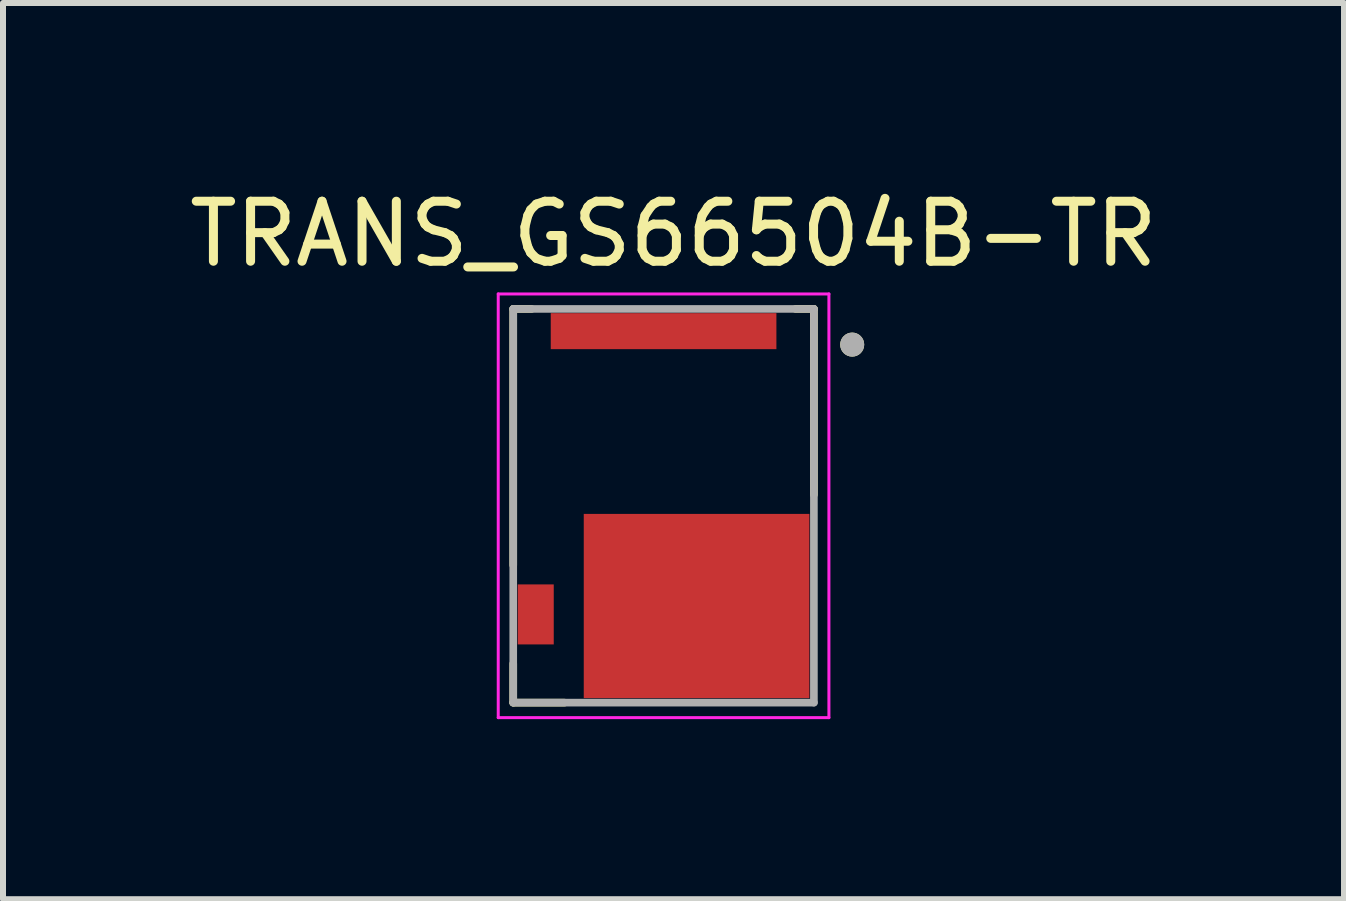
<source format=kicad_pcb>
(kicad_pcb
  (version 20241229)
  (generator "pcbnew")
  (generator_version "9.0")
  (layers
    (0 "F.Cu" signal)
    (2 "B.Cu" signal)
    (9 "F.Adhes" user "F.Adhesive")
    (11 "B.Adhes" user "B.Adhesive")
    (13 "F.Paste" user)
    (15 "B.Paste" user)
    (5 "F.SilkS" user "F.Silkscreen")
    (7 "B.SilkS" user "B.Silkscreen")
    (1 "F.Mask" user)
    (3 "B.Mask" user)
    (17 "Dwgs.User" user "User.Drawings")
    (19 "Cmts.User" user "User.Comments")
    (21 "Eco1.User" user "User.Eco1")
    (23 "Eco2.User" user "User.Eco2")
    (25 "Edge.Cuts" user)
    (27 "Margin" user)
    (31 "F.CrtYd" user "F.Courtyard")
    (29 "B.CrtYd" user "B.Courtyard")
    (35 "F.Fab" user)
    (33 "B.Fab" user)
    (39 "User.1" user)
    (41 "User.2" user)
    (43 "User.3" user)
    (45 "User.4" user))
  (footprint "TRANS_GS66504B-TR"
    (layer "F.Cu")
    (at 8.007 5.378)
    (property "Reference" "TRANS_GS66504B-TR" (at 0.166 -4.53 0) (layer "F.SilkS") (effects (font (size 1 1) (thickness 0.15))))
    (attr smd)
    (fp_line (start -2.505 -3.28) (end -2.2 -3.28) (stroke (width 0.127) (type solid)) (layer "F.SilkS"))
    (fp_line (start -2.505 0.99) (end -2.505 -3.28) (stroke (width 0.127) (type solid)) (layer "F.SilkS"))
    (fp_line (start -2.505 3.28) (end -2.505 2.63) (stroke (width 0.127) (type solid)) (layer "F.SilkS"))
    (fp_line (start -1.65 3.28) (end -2.505 3.28) (stroke (width 0.127) (type solid)) (layer "F.SilkS"))
    (fp_line (start 2.2 -3.28) (end 2.505 -3.28) (stroke (width 0.127) (type solid)) (layer "F.SilkS"))
    (fp_line (start 2.505 -3.28) (end 2.505 -0.185) (stroke (width 0.127) (type solid)) (layer "F.SilkS"))
    (fp_circle (center 3.143 -2.686) (end 3.243 -2.686) (stroke (width 0.2) (type solid)) (fill no) (layer "F.SilkS"))
    (fp_line (start -2.755 -3.53) (end -2.755 3.53) (stroke (width 0.05) (type solid)) (layer "F.CrtYd"))
    (fp_line (start -2.755 3.53) (end 2.755 3.53) (stroke (width 0.05) (type solid)) (layer "F.CrtYd"))
    (fp_line (start 2.755 -3.53) (end -2.755 -3.53) (stroke (width 0.05) (type solid)) (layer "F.CrtYd"))
    (fp_line (start 2.755 3.53) (end 2.755 -3.53) (stroke (width 0.05) (type solid)) (layer "F.CrtYd"))
    (fp_line (start -2.505 -3.28) (end 2.505 -3.28) (stroke (width 0.127) (type solid)) (layer "F.Fab"))
    (fp_line (start -2.505 3.28) (end -2.505 -3.28) (stroke (width 0.127) (type solid)) (layer "F.Fab"))
    (fp_line (start 2.505 -3.28) (end 2.505 3.28) (stroke (width 0.127) (type solid)) (layer "F.Fab"))
    (fp_line (start 2.505 3.28) (end -2.505 3.28) (stroke (width 0.127) (type solid)) (layer "F.Fab"))
    (fp_circle (center 3.143 -2.686) (end 3.243 -2.686) (stroke (width 0.2) (type solid)) (fill no) (layer "F.Fab"))
    (pad "1" smd rect (at 0 -2.91) (size 3.76 0.6) (layers "F.Cu" "F.Mask" "F.Paste"))
    (pad "2" smd rect (at -2.13 1.81) (size 0.6 1) (layers "F.Cu" "F.Mask" "F.Paste"))
    (pad "3" smd rect (at 0.55 1.67) (size 3.76 3.07) (layers "F.Cu" "F.Mask" "F.Paste")))
  (gr_rect
    (start -3 -3)
    (end 19.345 11.933)
    (stroke (width 0.1) (type default))
    (fill no)
    (layer "Edge.Cuts")))
</source>
